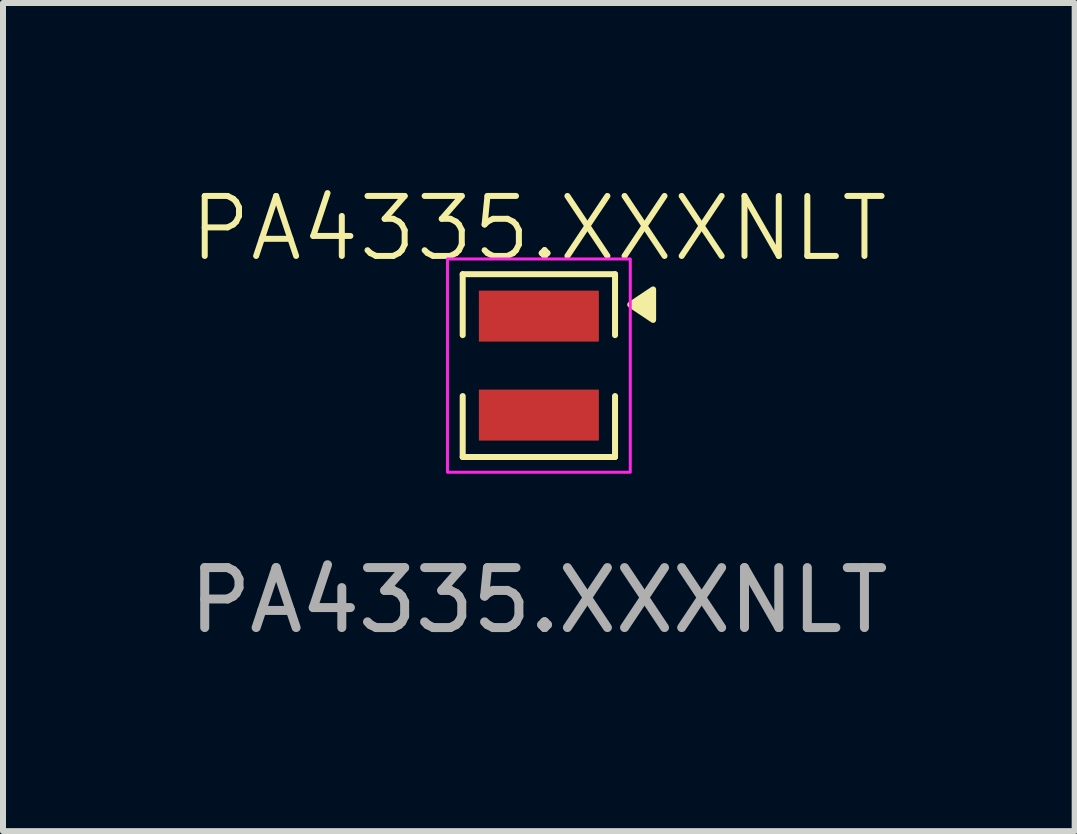
<source format=kicad_pcb>
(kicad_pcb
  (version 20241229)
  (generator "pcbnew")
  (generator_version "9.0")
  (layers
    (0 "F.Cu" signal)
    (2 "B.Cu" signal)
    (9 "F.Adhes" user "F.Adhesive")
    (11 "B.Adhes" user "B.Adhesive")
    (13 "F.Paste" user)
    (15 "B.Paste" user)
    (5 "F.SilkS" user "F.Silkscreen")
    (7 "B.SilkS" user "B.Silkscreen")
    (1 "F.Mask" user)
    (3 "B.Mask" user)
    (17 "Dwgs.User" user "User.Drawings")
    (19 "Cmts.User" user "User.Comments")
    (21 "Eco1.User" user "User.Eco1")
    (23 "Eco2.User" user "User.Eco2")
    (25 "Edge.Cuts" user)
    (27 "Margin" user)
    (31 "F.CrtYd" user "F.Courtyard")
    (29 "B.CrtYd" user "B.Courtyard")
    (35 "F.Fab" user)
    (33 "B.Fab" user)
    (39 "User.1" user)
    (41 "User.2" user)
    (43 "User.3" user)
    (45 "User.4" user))
  (footprint "PA4335.XXXNLT"
    (layer "F.Cu")
    (at 5.935 3.046)
    (property "Reference" "PA4335.XXXNLT" (at 0 -2.286 0) (unlocked yes) (layer "F.SilkS") (effects (font (size 1 1) (thickness 0.1))))
    (attr smd)
    (fp_line (start -1.27 -1.524) (end 1.27 -1.524) (stroke (width 0.1) (type default)) (layer "F.SilkS"))
    (fp_line (start -1.27 -0.508) (end -1.27 -1.524) (stroke (width 0.1) (type default)) (layer "F.SilkS"))
    (fp_line (start -1.27 0.508) (end -1.27 1.524) (stroke (width 0.1) (type default)) (layer "F.SilkS"))
    (fp_line (start -1.27 1.524) (end 1.27 1.524) (stroke (width 0.1) (type default)) (layer "F.SilkS"))
    (fp_line (start 1.27 -1.524) (end 1.27 -0.508) (stroke (width 0.1) (type default)) (layer "F.SilkS"))
    (fp_line (start 1.27 1.524) (end 1.27 0.508) (stroke (width 0.1) (type default)) (layer "F.SilkS"))
    (fp_poly (pts (xy 1.905 -0.762) (xy 1.905 -1.27) (xy 1.524 -1.016)) (stroke (width 0.1) (type solid)) (fill yes) (layer "F.SilkS"))
    (fp_rect (start -1.524 -1.778) (end 1.524 1.778) (stroke (width 0.05) (type default)) (fill no) (layer "F.CrtYd"))
    (fp_text user "${REFERENCE}" (at 0 3.913 0) (unlocked yes) (layer "F.Fab") (effects (font (size 1 1) (thickness 0.15))))
    (pad "1" smd rect (at 0 -0.825) (size 2 0.85) (layers "F.Cu" "F.Mask" "F.Paste"))
    (pad "2" smd rect (at 0 0.825) (size 2 0.85) (layers "F.Cu" "F.Mask" "F.Paste")))
  (gr_rect
    (start -3 -3)
    (end 14.869 10.808)
    (stroke (width 0.1) (type default))
    (fill no)
    (layer "Edge.Cuts")))
</source>
